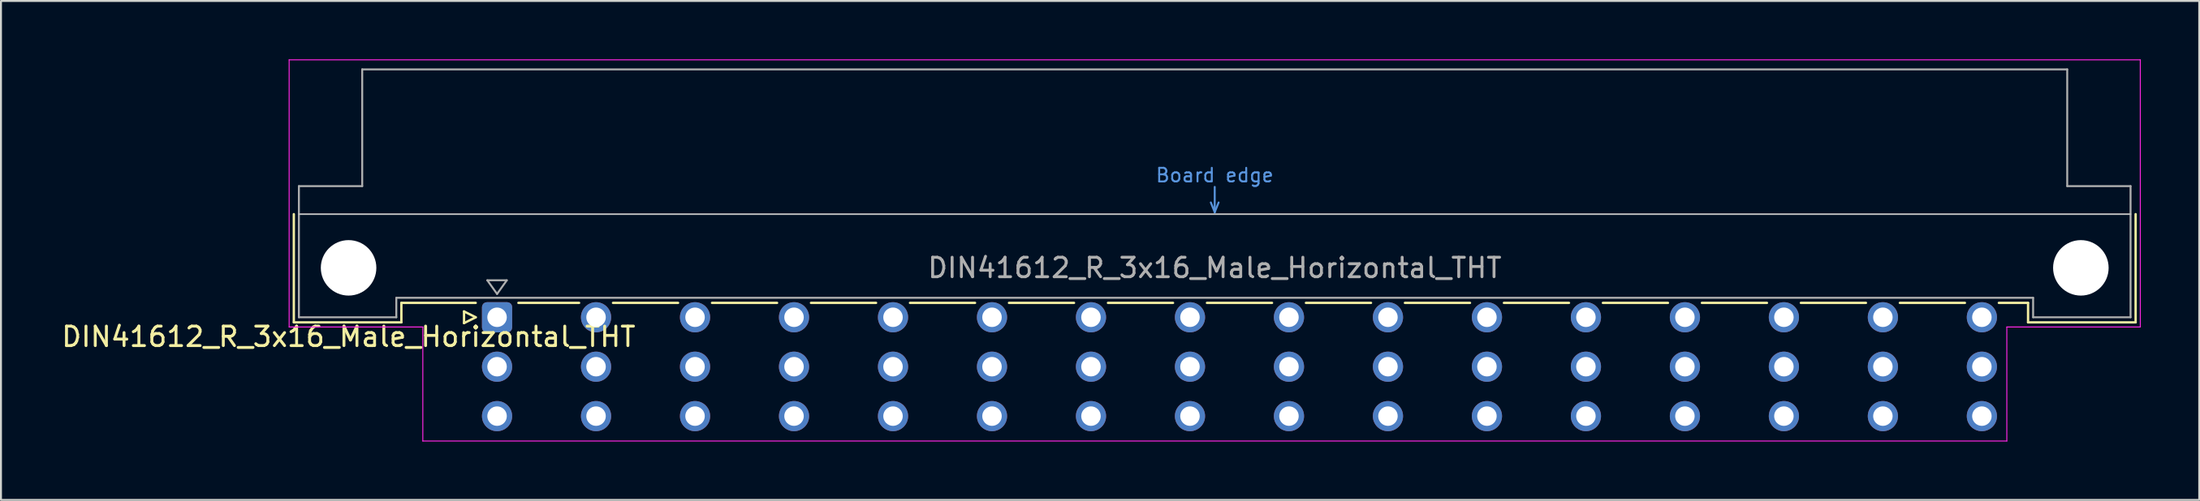
<source format=kicad_pcb>
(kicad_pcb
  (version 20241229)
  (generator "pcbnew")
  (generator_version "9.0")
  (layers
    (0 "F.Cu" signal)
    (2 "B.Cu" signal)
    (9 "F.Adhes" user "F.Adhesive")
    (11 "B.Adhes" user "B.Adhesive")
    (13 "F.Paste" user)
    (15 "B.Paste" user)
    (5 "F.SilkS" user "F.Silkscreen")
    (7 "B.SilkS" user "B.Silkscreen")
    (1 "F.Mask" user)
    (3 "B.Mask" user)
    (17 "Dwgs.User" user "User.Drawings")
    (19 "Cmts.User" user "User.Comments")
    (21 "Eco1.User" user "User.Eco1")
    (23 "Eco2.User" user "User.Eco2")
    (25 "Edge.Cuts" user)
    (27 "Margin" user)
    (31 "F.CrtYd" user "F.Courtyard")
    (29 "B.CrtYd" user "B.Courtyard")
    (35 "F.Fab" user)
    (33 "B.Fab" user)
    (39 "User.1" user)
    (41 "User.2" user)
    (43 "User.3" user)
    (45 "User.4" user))
  (footprint "DIN41612_R_3x16_Male_Horizontal_THT"
    (layer "F.Cu")
    (at 19.919 13.255)
    (property "Reference" "DIN41612_R_3x16_Male_Horizontal_THT" (at -5.08 1 0) (layer "F.SilkS") (effects (font (size 1 1) (thickness 0.15))))
    (attr through_hole)
    (fp_line (start -7.89 -5.3) (end -7.89 0.26) (stroke (width 0.12) (type solid)) (layer "F.SilkS"))
    (fp_line (start -7.89 0.26) (end -2.37 0.26) (stroke (width 0.12) (type solid)) (layer "F.SilkS"))
    (fp_line (start -2.371 -0.74) (end 1.445 -0.74) (stroke (width 0.12) (type solid)) (layer "F.SilkS"))
    (fp_line (start -2.37 0.26) (end -2.37 -0.74) (stroke (width 0.12) (type solid)) (layer "F.SilkS"))
    (fp_line (start 0.845 -0.3) (end 0.845 0.3) (stroke (width 0.12) (type solid)) (layer "F.SilkS"))
    (fp_line (start 0.845 0.3) (end 1.445 0) (stroke (width 0.12) (type solid)) (layer "F.SilkS"))
    (fp_line (start 1.445 0) (end 0.845 -0.3) (stroke (width 0.12) (type solid)) (layer "F.SilkS"))
    (fp_line (start 3.635 -0.74) (end 6.751 -0.74) (stroke (width 0.12) (type solid)) (layer "F.SilkS"))
    (fp_line (start 8.49 -0.74) (end 11.831 -0.74) (stroke (width 0.12) (type solid)) (layer "F.SilkS"))
    (fp_line (start 13.57 -0.74) (end 16.911 -0.74) (stroke (width 0.12) (type solid)) (layer "F.SilkS"))
    (fp_line (start 18.65 -0.74) (end 21.991 -0.74) (stroke (width 0.12) (type solid)) (layer "F.SilkS"))
    (fp_line (start 23.73 -0.74) (end 27.071 -0.74) (stroke (width 0.12) (type solid)) (layer "F.SilkS"))
    (fp_line (start 28.81 -0.74) (end 32.151 -0.74) (stroke (width 0.12) (type solid)) (layer "F.SilkS"))
    (fp_line (start 33.89 -0.74) (end 37.231 -0.74) (stroke (width 0.12) (type solid)) (layer "F.SilkS"))
    (fp_line (start 38.97 -0.74) (end 42.311 -0.74) (stroke (width 0.12) (type solid)) (layer "F.SilkS"))
    (fp_line (start 44.05 -0.74) (end 47.391 -0.74) (stroke (width 0.12) (type solid)) (layer "F.SilkS"))
    (fp_line (start 49.13 -0.74) (end 52.471 -0.74) (stroke (width 0.12) (type solid)) (layer "F.SilkS"))
    (fp_line (start 54.21 -0.74) (end 57.551 -0.74) (stroke (width 0.12) (type solid)) (layer "F.SilkS"))
    (fp_line (start 59.29 -0.74) (end 62.631 -0.74) (stroke (width 0.12) (type solid)) (layer "F.SilkS"))
    (fp_line (start 64.37 -0.74) (end 67.711 -0.74) (stroke (width 0.12) (type solid)) (layer "F.SilkS"))
    (fp_line (start 69.45 -0.74) (end 72.791 -0.74) (stroke (width 0.12) (type solid)) (layer "F.SilkS"))
    (fp_line (start 74.53 -0.74) (end 77.871 -0.74) (stroke (width 0.12) (type solid)) (layer "F.SilkS"))
    (fp_line (start 79.61 -0.74) (end 81.11 -0.74) (stroke (width 0.12) (type solid)) (layer "F.SilkS"))
    (fp_line (start 81.11 0.26) (end 81.11 -0.74) (stroke (width 0.12) (type solid)) (layer "F.SilkS"))
    (fp_line (start 86.63 -5.3) (end 86.63 0.26) (stroke (width 0.12) (type solid)) (layer "F.SilkS"))
    (fp_line (start 86.63 0.26) (end 81.11 0.26) (stroke (width 0.12) (type solid)) (layer "F.SilkS"))
    (fp_line (start -7.63 -5.3) (end 86.37 -5.3) (stroke (width 0.08) (type solid)) (layer "Dwgs.User"))
    (fp_line (start 39.17 -5.9) (end 39.37 -5.4) (stroke (width 0.1) (type solid)) (layer "Cmts.User"))
    (fp_line (start 39.37 -5.4) (end 39.37 -6.7) (stroke (width 0.1) (type solid)) (layer "Cmts.User"))
    (fp_line (start 39.37 -5.4) (end 39.57 -5.9) (stroke (width 0.1) (type solid)) (layer "Cmts.User"))
    (fp_line (start -8.13 -13.23) (end -8.13 0.5) (stroke (width 0.05) (type solid)) (layer "F.CrtYd"))
    (fp_line (start -8.13 0.5) (end -1.27 0.5) (stroke (width 0.05) (type solid)) (layer "F.CrtYd"))
    (fp_line (start -1.27 0.5) (end -1.27 6.36) (stroke (width 0.05) (type solid)) (layer "F.CrtYd"))
    (fp_line (start -1.27 6.36) (end 80.02 6.36) (stroke (width 0.05) (type solid)) (layer "F.CrtYd"))
    (fp_line (start 80.02 0.5) (end 86.87 0.5) (stroke (width 0.05) (type solid)) (layer "F.CrtYd"))
    (fp_line (start 80.02 6.36) (end 80.02 0.5) (stroke (width 0.05) (type solid)) (layer "F.CrtYd"))
    (fp_line (start 86.87 -13.23) (end -8.13 -13.23) (stroke (width 0.05) (type solid)) (layer "F.CrtYd"))
    (fp_line (start 86.87 0.5) (end 86.87 -13.23) (stroke (width 0.05) (type solid)) (layer "F.CrtYd"))
    (fp_line (start -7.63 -6.74) (end -7.63 0) (stroke (width 0.1) (type solid)) (layer "F.Fab"))
    (fp_line (start -7.63 0) (end -2.63 0) (stroke (width 0.1) (type solid)) (layer "F.Fab"))
    (fp_line (start -4.38 -12.74) (end -4.38 -6.74) (stroke (width 0.1) (type solid)) (layer "F.Fab"))
    (fp_line (start -4.38 -6.74) (end -7.63 -6.74) (stroke (width 0.1) (type solid)) (layer "F.Fab"))
    (fp_line (start -2.63 -1) (end 81.37 -1) (stroke (width 0.1) (type solid)) (layer "F.Fab"))
    (fp_line (start -2.63 0) (end -2.63 -1) (stroke (width 0.1) (type solid)) (layer "F.Fab"))
    (fp_line (start 2.04 -1.9) (end 3.04 -1.9) (stroke (width 0.1) (type solid)) (layer "F.Fab"))
    (fp_line (start 2.54 -1.2) (end 2.04 -1.9) (stroke (width 0.1) (type solid)) (layer "F.Fab"))
    (fp_line (start 3.04 -1.9) (end 2.54 -1.2) (stroke (width 0.1) (type solid)) (layer "F.Fab"))
    (fp_line (start 81.37 -1) (end 81.37 0) (stroke (width 0.1) (type solid)) (layer "F.Fab"))
    (fp_line (start 81.37 0) (end 86.37 0) (stroke (width 0.1) (type solid)) (layer "F.Fab"))
    (fp_line (start 83.12 -12.74) (end -4.38 -12.74) (stroke (width 0.1) (type solid)) (layer "F.Fab"))
    (fp_line (start 83.12 -6.74) (end 83.12 -12.74) (stroke (width 0.1) (type solid)) (layer "F.Fab"))
    (fp_line (start 86.37 -6.74) (end 83.12 -6.74) (stroke (width 0.1) (type solid)) (layer "F.Fab"))
    (fp_line (start 86.37 0) (end 86.37 -6.74) (stroke (width 0.1) (type solid)) (layer "F.Fab"))
    (fp_text user "Board edge" (at 39.37 -7.3 0) (layer "Cmts.User") (effects (font (size 0.7 0.7) (thickness 0.1))))
    (fp_text user "${REFERENCE}" (at 39.37 -2.54 0) (layer "F.Fab") (effects (font (size 1 1) (thickness 0.15))))
    (pad "" np_thru_hole circle (at -5.08 -2.54) (size 2.85 2.85) (drill 2.85) (layers "*.Cu" "*.Mask"))
    (pad "" np_thru_hole circle (at 83.82 -2.54) (size 2.85 2.85) (drill 2.85) (layers "*.Cu" "*.Mask"))
    (pad "a2" thru_hole roundrect (at 2.54 0) (size 1.55 1.55) (drill 1) (layers "*.Cu" "*.Mask") (roundrect_rratio 0.161))
    (pad "a4" thru_hole circle (at 7.62 0) (size 1.55 1.55) (drill 1) (layers "*.Cu" "*.Mask"))
    (pad "a6" thru_hole circle (at 12.7 0) (size 1.55 1.55) (drill 1) (layers "*.Cu" "*.Mask"))
    (pad "a8" thru_hole circle (at 17.78 0) (size 1.55 1.55) (drill 1) (layers "*.Cu" "*.Mask"))
    (pad "a10" thru_hole circle (at 22.86 0) (size 1.55 1.55) (drill 1) (layers "*.Cu" "*.Mask"))
    (pad "a12" thru_hole circle (at 27.94 0) (size 1.55 1.55) (drill 1) (layers "*.Cu" "*.Mask"))
    (pad "a14" thru_hole circle (at 33.02 0) (size 1.55 1.55) (drill 1) (layers "*.Cu" "*.Mask"))
    (pad "a16" thru_hole circle (at 38.1 0) (size 1.55 1.55) (drill 1) (layers "*.Cu" "*.Mask"))
    (pad "a18" thru_hole circle (at 43.18 0) (size 1.55 1.55) (drill 1) (layers "*.Cu" "*.Mask"))
    (pad "a20" thru_hole circle (at 48.26 0) (size 1.55 1.55) (drill 1) (layers "*.Cu" "*.Mask"))
    (pad "a22" thru_hole circle (at 53.34 0) (size 1.55 1.55) (drill 1) (layers "*.Cu" "*.Mask"))
    (pad "a24" thru_hole circle (at 58.42 0) (size 1.55 1.55) (drill 1) (layers "*.Cu" "*.Mask"))
    (pad "a26" thru_hole circle (at 63.5 0) (size 1.55 1.55) (drill 1) (layers "*.Cu" "*.Mask"))
    (pad "a28" thru_hole circle (at 68.58 0) (size 1.55 1.55) (drill 1) (layers "*.Cu" "*.Mask"))
    (pad "a30" thru_hole circle (at 73.66 0) (size 1.55 1.55) (drill 1) (layers "*.Cu" "*.Mask"))
    (pad "a32" thru_hole circle (at 78.74 0) (size 1.55 1.55) (drill 1) (layers "*.Cu" "*.Mask"))
    (pad "b2" thru_hole circle (at 2.54 2.54) (size 1.55 1.55) (drill 1) (layers "*.Cu" "*.Mask"))
    (pad "b4" thru_hole circle (at 7.62 2.54) (size 1.55 1.55) (drill 1) (layers "*.Cu" "*.Mask"))
    (pad "b6" thru_hole circle (at 12.7 2.54) (size 1.55 1.55) (drill 1) (layers "*.Cu" "*.Mask"))
    (pad "b8" thru_hole circle (at 17.78 2.54) (size 1.55 1.55) (drill 1) (layers "*.Cu" "*.Mask"))
    (pad "b10" thru_hole circle (at 22.86 2.54) (size 1.55 1.55) (drill 1) (layers "*.Cu" "*.Mask"))
    (pad "b12" thru_hole circle (at 27.94 2.54) (size 1.55 1.55) (drill 1) (layers "*.Cu" "*.Mask"))
    (pad "b14" thru_hole circle (at 33.02 2.54) (size 1.55 1.55) (drill 1) (layers "*.Cu" "*.Mask"))
    (pad "b16" thru_hole circle (at 38.1 2.54) (size 1.55 1.55) (drill 1) (layers "*.Cu" "*.Mask"))
    (pad "b18" thru_hole circle (at 43.18 2.54) (size 1.55 1.55) (drill 1) (layers "*.Cu" "*.Mask"))
    (pad "b20" thru_hole circle (at 48.26 2.54) (size 1.55 1.55) (drill 1) (layers "*.Cu" "*.Mask"))
    (pad "b22" thru_hole circle (at 53.34 2.54) (size 1.55 1.55) (drill 1) (layers "*.Cu" "*.Mask"))
    (pad "b24" thru_hole circle (at 58.42 2.54) (size 1.55 1.55) (drill 1) (layers "*.Cu" "*.Mask"))
    (pad "b26" thru_hole circle (at 63.5 2.54) (size 1.55 1.55) (drill 1) (layers "*.Cu" "*.Mask"))
    (pad "b28" thru_hole circle (at 68.58 2.54) (size 1.55 1.55) (drill 1) (layers "*.Cu" "*.Mask"))
    (pad "b30" thru_hole circle (at 73.66 2.54) (size 1.55 1.55) (drill 1) (layers "*.Cu" "*.Mask"))
    (pad "b32" thru_hole circle (at 78.74 2.54) (size 1.55 1.55) (drill 1) (layers "*.Cu" "*.Mask"))
    (pad "c2" thru_hole circle (at 2.54 5.08) (size 1.55 1.55) (drill 1) (layers "*.Cu" "*.Mask"))
    (pad "c4" thru_hole circle (at 7.62 5.08) (size 1.55 1.55) (drill 1) (layers "*.Cu" "*.Mask"))
    (pad "c6" thru_hole circle (at 12.7 5.08) (size 1.55 1.55) (drill 1) (layers "*.Cu" "*.Mask"))
    (pad "c8" thru_hole circle (at 17.78 5.08) (size 1.55 1.55) (drill 1) (layers "*.Cu" "*.Mask"))
    (pad "c10" thru_hole circle (at 22.86 5.08) (size 1.55 1.55) (drill 1) (layers "*.Cu" "*.Mask"))
    (pad "c12" thru_hole circle (at 27.94 5.08) (size 1.55 1.55) (drill 1) (layers "*.Cu" "*.Mask"))
    (pad "c14" thru_hole circle (at 33.02 5.08) (size 1.55 1.55) (drill 1) (layers "*.Cu" "*.Mask"))
    (pad "c16" thru_hole circle (at 38.1 5.08) (size 1.55 1.55) (drill 1) (layers "*.Cu" "*.Mask"))
    (pad "c18" thru_hole circle (at 43.18 5.08) (size 1.55 1.55) (drill 1) (layers "*.Cu" "*.Mask"))
    (pad "c20" thru_hole circle (at 48.26 5.08) (size 1.55 1.55) (drill 1) (layers "*.Cu" "*.Mask"))
    (pad "c22" thru_hole circle (at 53.34 5.08) (size 1.55 1.55) (drill 1) (layers "*.Cu" "*.Mask"))
    (pad "c24" thru_hole circle (at 58.42 5.08) (size 1.55 1.55) (drill 1) (layers "*.Cu" "*.Mask"))
    (pad "c26" thru_hole circle (at 63.5 5.08) (size 1.55 1.55) (drill 1) (layers "*.Cu" "*.Mask"))
    (pad "c28" thru_hole circle (at 68.58 5.08) (size 1.55 1.55) (drill 1) (layers "*.Cu" "*.Mask"))
    (pad "c30" thru_hole circle (at 73.66 5.08) (size 1.55 1.55) (drill 1) (layers "*.Cu" "*.Mask"))
    (pad "c32" thru_hole circle (at 78.74 5.08) (size 1.55 1.55) (drill 1) (layers "*.Cu" "*.Mask")))
  (gr_rect
    (start -3 -3)
    (end 109.814 22.64)
    (stroke (width 0.1) (type default))
    (fill no)
    (layer "Edge.Cuts")))
</source>
